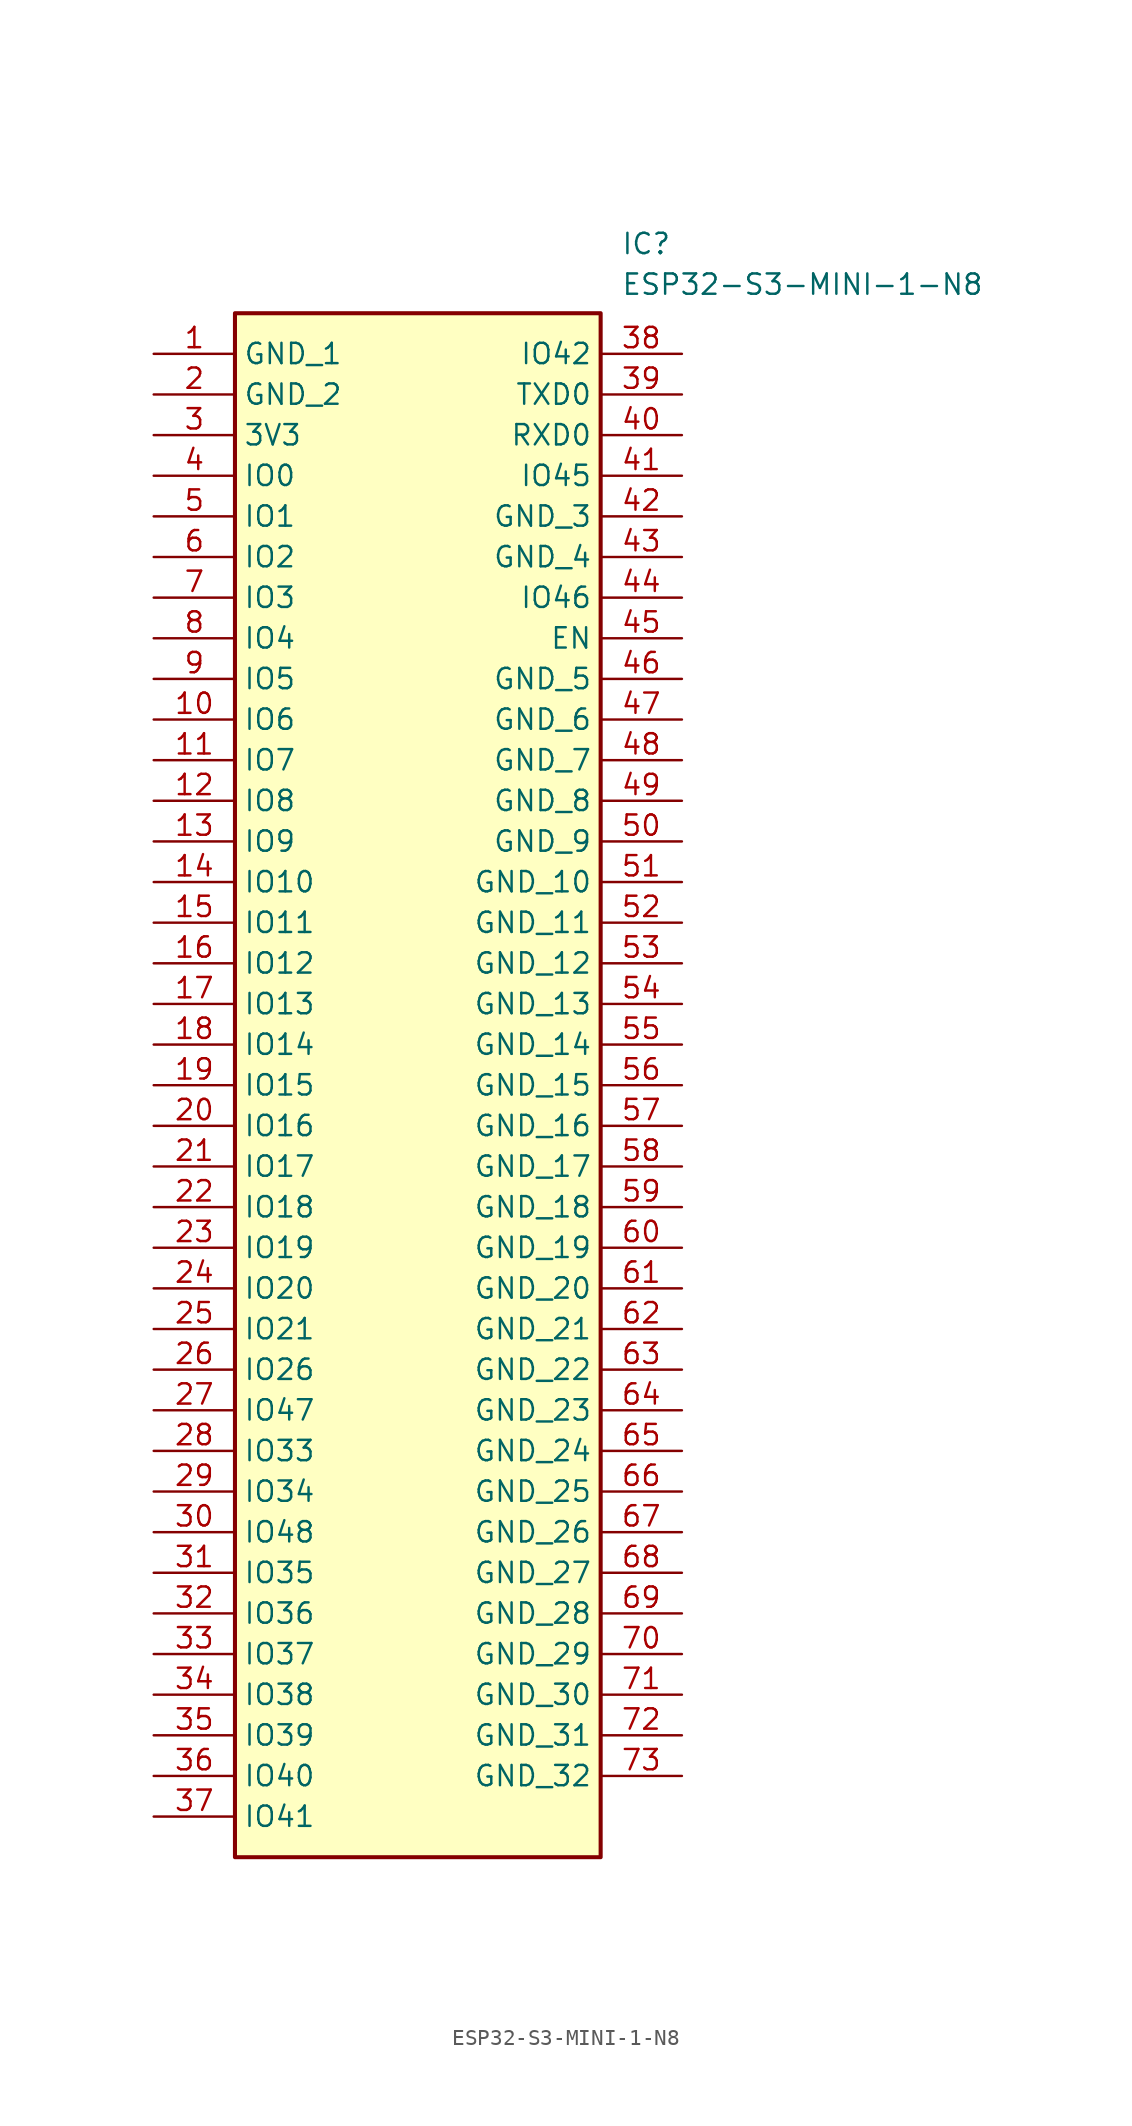
<source format=kicad_sym>
(kicad_symbol_lib
  (version 20211014)
  (generator SamacSys_ECAD_Model)
  (symbol "ESP32-S3-MINI-1-N8"
    (property "Reference" "IC"
      (at 29.21 7.62 0)
      (effects (font (size 1.27 1.27)) (justify left top)))
    (property "Value" "ESP32-S3-MINI-1-N8"
      (at 29.21 5.08 0)
      (effects (font (size 1.27 1.27)) (justify left top)))
    (rectangle
      (start 5.08 2.54)
      (end 27.94 -93.98)
      (stroke (width 0.254) (type default))
      (fill (type background)))
    (pin passive line
      (at 0 0 0)
      (length 5.08)
      (name "GND_1" (effects (font (size 1.27 1.27))))
      (number "1" (effects (font (size 1.27 1.27)))))
    (pin passive line
      (at 0 -2.54 0)
      (length 5.08)
      (name "GND_2" (effects (font (size 1.27 1.27))))
      (number "2" (effects (font (size 1.27 1.27)))))
    (pin passive line
      (at 0 -5.08 0)
      (length 5.08)
      (name "3V3" (effects (font (size 1.27 1.27))))
      (number "3" (effects (font (size 1.27 1.27)))))
    (pin passive line
      (at 0 -7.62 0)
      (length 5.08)
      (name "IO0" (effects (font (size 1.27 1.27))))
      (number "4" (effects (font (size 1.27 1.27)))))
    (pin passive line
      (at 0 -10.16 0)
      (length 5.08)
      (name "IO1" (effects (font (size 1.27 1.27))))
      (number "5" (effects (font (size 1.27 1.27)))))
    (pin passive line
      (at 0 -12.7 0)
      (length 5.08)
      (name "IO2" (effects (font (size 1.27 1.27))))
      (number "6" (effects (font (size 1.27 1.27)))))
    (pin passive line
      (at 0 -15.24 0)
      (length 5.08)
      (name "IO3" (effects (font (size 1.27 1.27))))
      (number "7" (effects (font (size 1.27 1.27)))))
    (pin passive line
      (at 0 -17.78 0)
      (length 5.08)
      (name "IO4" (effects (font (size 1.27 1.27))))
      (number "8" (effects (font (size 1.27 1.27)))))
    (pin passive line
      (at 0 -20.32 0)
      (length 5.08)
      (name "IO5" (effects (font (size 1.27 1.27))))
      (number "9" (effects (font (size 1.27 1.27)))))
    (pin passive line
      (at 0 -22.86 0)
      (length 5.08)
      (name "IO6" (effects (font (size 1.27 1.27))))
      (number "10" (effects (font (size 1.27 1.27)))))
    (pin passive line
      (at 0 -25.4 0)
      (length 5.08)
      (name "IO7" (effects (font (size 1.27 1.27))))
      (number "11" (effects (font (size 1.27 1.27)))))
    (pin passive line
      (at 0 -27.94 0)
      (length 5.08)
      (name "IO8" (effects (font (size 1.27 1.27))))
      (number "12" (effects (font (size 1.27 1.27)))))
    (pin passive line
      (at 0 -30.48 0)
      (length 5.08)
      (name "IO9" (effects (font (size 1.27 1.27))))
      (number "13" (effects (font (size 1.27 1.27)))))
    (pin passive line
      (at 0 -33.02 0)
      (length 5.08)
      (name "IO10" (effects (font (size 1.27 1.27))))
      (number "14" (effects (font (size 1.27 1.27)))))
    (pin passive line
      (at 0 -35.56 0)
      (length 5.08)
      (name "IO11" (effects (font (size 1.27 1.27))))
      (number "15" (effects (font (size 1.27 1.27)))))
    (pin passive line
      (at 0 -38.1 0)
      (length 5.08)
      (name "IO12" (effects (font (size 1.27 1.27))))
      (number "16" (effects (font (size 1.27 1.27)))))
    (pin passive line
      (at 0 -40.64 0)
      (length 5.08)
      (name "IO13" (effects (font (size 1.27 1.27))))
      (number "17" (effects (font (size 1.27 1.27)))))
    (pin passive line
      (at 0 -43.18 0)
      (length 5.08)
      (name "IO14" (effects (font (size 1.27 1.27))))
      (number "18" (effects (font (size 1.27 1.27)))))
    (pin passive line
      (at 0 -45.72 0)
      (length 5.08)
      (name "IO15" (effects (font (size 1.27 1.27))))
      (number "19" (effects (font (size 1.27 1.27)))))
    (pin passive line
      (at 0 -48.26 0)
      (length 5.08)
      (name "IO16" (effects (font (size 1.27 1.27))))
      (number "20" (effects (font (size 1.27 1.27)))))
    (pin passive line
      (at 0 -50.8 0)
      (length 5.08)
      (name "IO17" (effects (font (size 1.27 1.27))))
      (number "21" (effects (font (size 1.27 1.27)))))
    (pin passive line
      (at 0 -53.34 0)
      (length 5.08)
      (name "IO18" (effects (font (size 1.27 1.27))))
      (number "22" (effects (font (size 1.27 1.27)))))
    (pin passive line
      (at 0 -55.88 0)
      (length 5.08)
      (name "IO19" (effects (font (size 1.27 1.27))))
      (number "23" (effects (font (size 1.27 1.27)))))
    (pin passive line
      (at 0 -58.42 0)
      (length 5.08)
      (name "IO20" (effects (font (size 1.27 1.27))))
      (number "24" (effects (font (size 1.27 1.27)))))
    (pin passive line
      (at 0 -60.96 0)
      (length 5.08)
      (name "IO21" (effects (font (size 1.27 1.27))))
      (number "25" (effects (font (size 1.27 1.27)))))
    (pin passive line
      (at 0 -63.5 0)
      (length 5.08)
      (name "IO26" (effects (font (size 1.27 1.27))))
      (number "26" (effects (font (size 1.27 1.27)))))
    (pin passive line
      (at 0 -66.04 0)
      (length 5.08)
      (name "IO47" (effects (font (size 1.27 1.27))))
      (number "27" (effects (font (size 1.27 1.27)))))
    (pin passive line
      (at 0 -68.58 0)
      (length 5.08)
      (name "IO33" (effects (font (size 1.27 1.27))))
      (number "28" (effects (font (size 1.27 1.27)))))
    (pin passive line
      (at 0 -71.12 0)
      (length 5.08)
      (name "IO34" (effects (font (size 1.27 1.27))))
      (number "29" (effects (font (size 1.27 1.27)))))
    (pin passive line
      (at 0 -73.66 0)
      (length 5.08)
      (name "IO48" (effects (font (size 1.27 1.27))))
      (number "30" (effects (font (size 1.27 1.27)))))
    (pin passive line
      (at 0 -76.2 0)
      (length 5.08)
      (name "IO35" (effects (font (size 1.27 1.27))))
      (number "31" (effects (font (size 1.27 1.27)))))
    (pin passive line
      (at 0 -78.74 0)
      (length 5.08)
      (name "IO36" (effects (font (size 1.27 1.27))))
      (number "32" (effects (font (size 1.27 1.27)))))
    (pin passive line
      (at 0 -81.28 0)
      (length 5.08)
      (name "IO37" (effects (font (size 1.27 1.27))))
      (number "33" (effects (font (size 1.27 1.27)))))
    (pin passive line
      (at 0 -83.82 0)
      (length 5.08)
      (name "IO38" (effects (font (size 1.27 1.27))))
      (number "34" (effects (font (size 1.27 1.27)))))
    (pin passive line
      (at 0 -86.36 0)
      (length 5.08)
      (name "IO39" (effects (font (size 1.27 1.27))))
      (number "35" (effects (font (size 1.27 1.27)))))
    (pin passive line
      (at 0 -88.9 0)
      (length 5.08)
      (name "IO40" (effects (font (size 1.27 1.27))))
      (number "36" (effects (font (size 1.27 1.27)))))
    (pin passive line
      (at 0 -91.44 0)
      (length 5.08)
      (name "IO41" (effects (font (size 1.27 1.27))))
      (number "37" (effects (font (size 1.27 1.27)))))
    (pin passive line
      (at 33.02 0 180)
      (length 5.08)
      (name "IO42" (effects (font (size 1.27 1.27))))
      (number "38" (effects (font (size 1.27 1.27)))))
    (pin passive line
      (at 33.02 -2.54 180)
      (length 5.08)
      (name "TXD0" (effects (font (size 1.27 1.27))))
      (number "39" (effects (font (size 1.27 1.27)))))
    (pin passive line
      (at 33.02 -5.08 180)
      (length 5.08)
      (name "RXD0" (effects (font (size 1.27 1.27))))
      (number "40" (effects (font (size 1.27 1.27)))))
    (pin passive line
      (at 33.02 -7.62 180)
      (length 5.08)
      (name "IO45" (effects (font (size 1.27 1.27))))
      (number "41" (effects (font (size 1.27 1.27)))))
    (pin passive line
      (at 33.02 -10.16 180)
      (length 5.08)
      (name "GND_3" (effects (font (size 1.27 1.27))))
      (number "42" (effects (font (size 1.27 1.27)))))
    (pin passive line
      (at 33.02 -12.7 180)
      (length 5.08)
      (name "GND_4" (effects (font (size 1.27 1.27))))
      (number "43" (effects (font (size 1.27 1.27)))))
    (pin passive line
      (at 33.02 -15.24 180)
      (length 5.08)
      (name "IO46" (effects (font (size 1.27 1.27))))
      (number "44" (effects (font (size 1.27 1.27)))))
    (pin passive line
      (at 33.02 -17.78 180)
      (length 5.08)
      (name "EN" (effects (font (size 1.27 1.27))))
      (number "45" (effects (font (size 1.27 1.27)))))
    (pin passive line
      (at 33.02 -20.32 180)
      (length 5.08)
      (name "GND_5" (effects (font (size 1.27 1.27))))
      (number "46" (effects (font (size 1.27 1.27)))))
    (pin passive line
      (at 33.02 -22.86 180)
      (length 5.08)
      (name "GND_6" (effects (font (size 1.27 1.27))))
      (number "47" (effects (font (size 1.27 1.27)))))
    (pin passive line
      (at 33.02 -25.4 180)
      (length 5.08)
      (name "GND_7" (effects (font (size 1.27 1.27))))
      (number "48" (effects (font (size 1.27 1.27)))))
    (pin passive line
      (at 33.02 -27.94 180)
      (length 5.08)
      (name "GND_8" (effects (font (size 1.27 1.27))))
      (number "49" (effects (font (size 1.27 1.27)))))
    (pin passive line
      (at 33.02 -30.48 180)
      (length 5.08)
      (name "GND_9" (effects (font (size 1.27 1.27))))
      (number "50" (effects (font (size 1.27 1.27)))))
    (pin passive line
      (at 33.02 -33.02 180)
      (length 5.08)
      (name "GND_10" (effects (font (size 1.27 1.27))))
      (number "51" (effects (font (size 1.27 1.27)))))
    (pin passive line
      (at 33.02 -35.56 180)
      (length 5.08)
      (name "GND_11" (effects (font (size 1.27 1.27))))
      (number "52" (effects (font (size 1.27 1.27)))))
    (pin passive line
      (at 33.02 -38.1 180)
      (length 5.08)
      (name "GND_12" (effects (font (size 1.27 1.27))))
      (number "53" (effects (font (size 1.27 1.27)))))
    (pin passive line
      (at 33.02 -40.64 180)
      (length 5.08)
      (name "GND_13" (effects (font (size 1.27 1.27))))
      (number "54" (effects (font (size 1.27 1.27)))))
    (pin passive line
      (at 33.02 -43.18 180)
      (length 5.08)
      (name "GND_14" (effects (font (size 1.27 1.27))))
      (number "55" (effects (font (size 1.27 1.27)))))
    (pin passive line
      (at 33.02 -45.72 180)
      (length 5.08)
      (name "GND_15" (effects (font (size 1.27 1.27))))
      (number "56" (effects (font (size 1.27 1.27)))))
    (pin passive line
      (at 33.02 -48.26 180)
      (length 5.08)
      (name "GND_16" (effects (font (size 1.27 1.27))))
      (number "57" (effects (font (size 1.27 1.27)))))
    (pin passive line
      (at 33.02 -50.8 180)
      (length 5.08)
      (name "GND_17" (effects (font (size 1.27 1.27))))
      (number "58" (effects (font (size 1.27 1.27)))))
    (pin passive line
      (at 33.02 -53.34 180)
      (length 5.08)
      (name "GND_18" (effects (font (size 1.27 1.27))))
      (number "59" (effects (font (size 1.27 1.27)))))
    (pin passive line
      (at 33.02 -55.88 180)
      (length 5.08)
      (name "GND_19" (effects (font (size 1.27 1.27))))
      (number "60" (effects (font (size 1.27 1.27)))))
    (pin passive line
      (at 33.02 -58.42 180)
      (length 5.08)
      (name "GND_20" (effects (font (size 1.27 1.27))))
      (number "61" (effects (font (size 1.27 1.27)))))
    (pin passive line
      (at 33.02 -60.96 180)
      (length 5.08)
      (name "GND_21" (effects (font (size 1.27 1.27))))
      (number "62" (effects (font (size 1.27 1.27)))))
    (pin passive line
      (at 33.02 -63.5 180)
      (length 5.08)
      (name "GND_22" (effects (font (size 1.27 1.27))))
      (number "63" (effects (font (size 1.27 1.27)))))
    (pin passive line
      (at 33.02 -66.04 180)
      (length 5.08)
      (name "GND_23" (effects (font (size 1.27 1.27))))
      (number "64" (effects (font (size 1.27 1.27)))))
    (pin passive line
      (at 33.02 -68.58 180)
      (length 5.08)
      (name "GND_24" (effects (font (size 1.27 1.27))))
      (number "65" (effects (font (size 1.27 1.27)))))
    (pin passive line
      (at 33.02 -71.12 180)
      (length 5.08)
      (name "GND_25" (effects (font (size 1.27 1.27))))
      (number "66" (effects (font (size 1.27 1.27)))))
    (pin passive line
      (at 33.02 -73.66 180)
      (length 5.08)
      (name "GND_26" (effects (font (size 1.27 1.27))))
      (number "67" (effects (font (size 1.27 1.27)))))
    (pin passive line
      (at 33.02 -76.2 180)
      (length 5.08)
      (name "GND_27" (effects (font (size 1.27 1.27))))
      (number "68" (effects (font (size 1.27 1.27)))))
    (pin passive line
      (at 33.02 -78.74 180)
      (length 5.08)
      (name "GND_28" (effects (font (size 1.27 1.27))))
      (number "69" (effects (font (size 1.27 1.27)))))
    (pin passive line
      (at 33.02 -81.28 180)
      (length 5.08)
      (name "GND_29" (effects (font (size 1.27 1.27))))
      (number "70" (effects (font (size 1.27 1.27)))))
    (pin passive line
      (at 33.02 -83.82 180)
      (length 5.08)
      (name "GND_30" (effects (font (size 1.27 1.27))))
      (number "71" (effects (font (size 1.27 1.27)))))
    (pin passive line
      (at 33.02 -86.36 180)
      (length 5.08)
      (name "GND_31" (effects (font (size 1.27 1.27))))
      (number "72" (effects (font (size 1.27 1.27)))))
    (pin passive line
      (at 33.02 -88.9 180)
      (length 5.08)
      (name "GND_32" (effects (font (size 1.27 1.27))))
      (number "73" (effects (font (size 1.27 1.27)))))))
</source>
